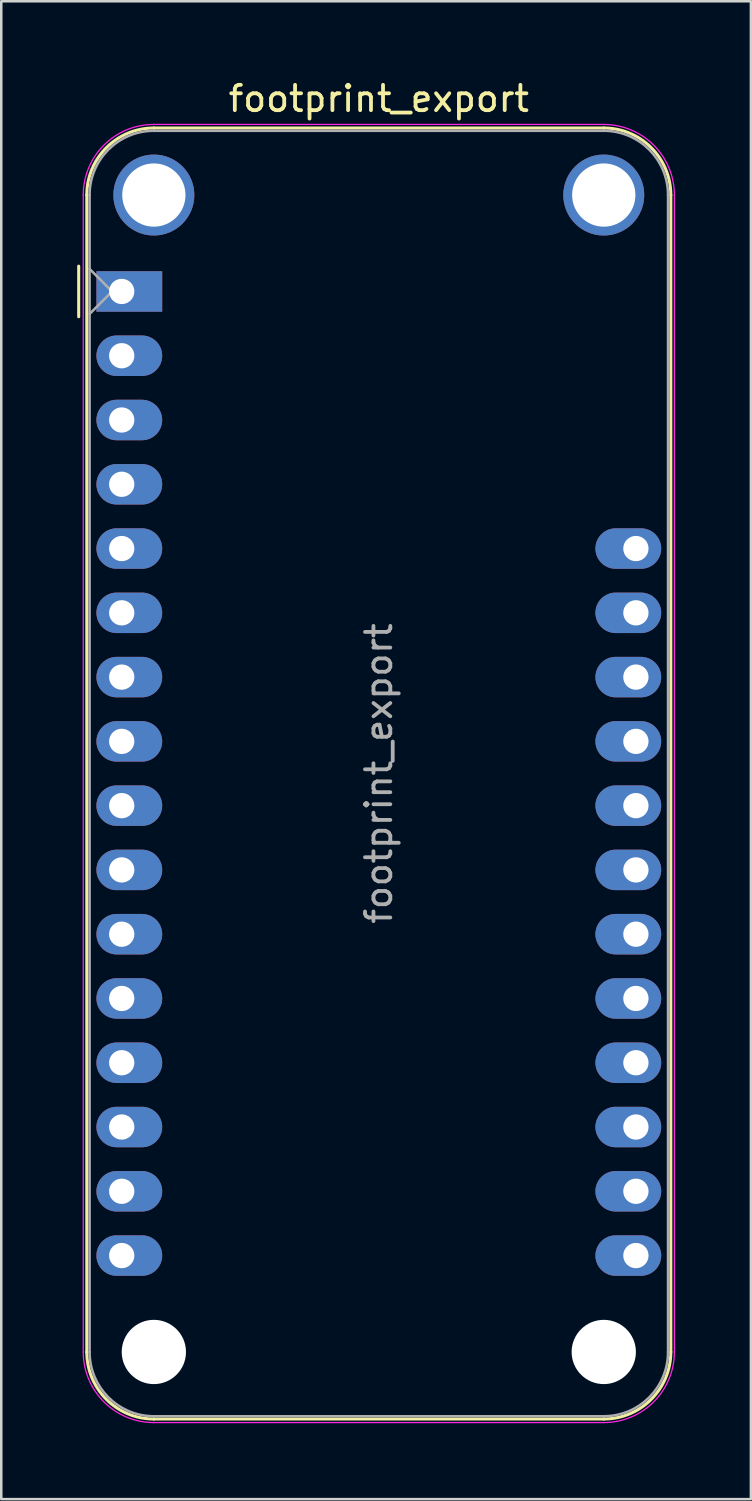
<source format=kicad_pcb>
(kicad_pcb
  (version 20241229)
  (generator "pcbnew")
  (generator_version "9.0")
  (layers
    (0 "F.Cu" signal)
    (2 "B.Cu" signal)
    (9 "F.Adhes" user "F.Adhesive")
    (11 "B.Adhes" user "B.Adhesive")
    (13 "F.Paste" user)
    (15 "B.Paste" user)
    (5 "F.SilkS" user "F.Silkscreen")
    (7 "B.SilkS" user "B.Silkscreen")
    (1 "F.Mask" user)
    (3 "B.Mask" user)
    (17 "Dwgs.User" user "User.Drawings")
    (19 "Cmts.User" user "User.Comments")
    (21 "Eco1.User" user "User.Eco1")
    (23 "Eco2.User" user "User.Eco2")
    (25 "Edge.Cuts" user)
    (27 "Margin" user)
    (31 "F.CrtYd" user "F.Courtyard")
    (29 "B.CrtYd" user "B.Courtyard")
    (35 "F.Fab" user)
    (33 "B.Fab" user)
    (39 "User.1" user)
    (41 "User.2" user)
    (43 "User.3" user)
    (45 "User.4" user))
  (footprint "footprint_export"
    (layer "F.Cu")
    (at 1.76 8.468)
    (property "Reference" "footprint_export" (at 10.16 -7.62 0) (layer "F.SilkS") (effects (font (size 1 1) (thickness 0.15))))
    (attr through_hole)
    (fp_line (start -1.7 1) (end -1.7 -1) (stroke (width 0.12) (type solid)) (layer "F.SilkS"))
    (fp_line (start -1.38 -3.81) (end -1.38 41.91) (stroke (width 0.12) (type solid)) (layer "F.SilkS"))
    (fp_line (start 19.05 -6.46) (end 1.27 -6.46) (stroke (width 0.12) (type solid)) (layer "F.SilkS"))
    (fp_line (start 19.05 44.56) (end 1.27 44.56) (stroke (width 0.12) (type solid)) (layer "F.SilkS"))
    (fp_line (start 21.7 -3.81) (end 21.7 41.91) (stroke (width 0.12) (type solid)) (layer "F.SilkS"))
    (fp_arc (start -1.38 -3.81) (mid -0.603833 -5.683833) (end 1.27 -6.46) (stroke (width 0.12) (type solid)) (layer "F.SilkS"))
    (fp_arc (start 1.27 44.56) (mid -0.603833 43.783833) (end -1.38 41.91) (stroke (width 0.12) (type solid)) (layer "F.SilkS"))
    (fp_arc (start 19.05 -6.46) (mid 20.923833 -5.683833) (end 21.7 -3.81) (stroke (width 0.12) (type solid)) (layer "F.SilkS"))
    (fp_arc (start 21.7 41.91) (mid 20.923833 43.783833) (end 19.05 44.56) (stroke (width 0.12) (type solid)) (layer "F.SilkS"))
    (fp_line (start -1.52 41.91) (end -1.52 -3.81) (stroke (width 0.05) (type solid)) (layer "F.CrtYd"))
    (fp_line (start 19.05 -6.6) (end 1.27 -6.6) (stroke (width 0.05) (type solid)) (layer "F.CrtYd"))
    (fp_line (start 19.05 44.7) (end 1.27 44.7) (stroke (width 0.05) (type solid)) (layer "F.CrtYd"))
    (fp_line (start 21.84 41.91) (end 21.84 -3.81) (stroke (width 0.05) (type solid)) (layer "F.CrtYd"))
    (fp_arc (start -1.52 -3.81) (mid -0.702828 -5.782828) (end 1.27 -6.6) (stroke (width 0.05) (type solid)) (layer "F.CrtYd"))
    (fp_arc (start 1.27 44.7) (mid -0.702828 43.882828) (end -1.52 41.91) (stroke (width 0.05) (type solid)) (layer "F.CrtYd"))
    (fp_arc (start 19.05 -6.6) (mid 21.022828 -5.782828) (end 21.84 -3.81) (stroke (width 0.05) (type solid)) (layer "F.CrtYd"))
    (fp_arc (start 21.84 41.91) (mid 21.022828 43.882828) (end 19.05 44.7) (stroke (width 0.05) (type solid)) (layer "F.CrtYd"))
    (fp_line (start -1.27 -3.81) (end -1.27 41.91) (stroke (width 0.1) (type solid)) (layer "F.Fab"))
    (fp_line (start -1.27 -0.889) (end -0.381 0) (stroke (width 0.1) (type solid)) (layer "F.Fab"))
    (fp_line (start -0.381 0) (end -1.27 0.889) (stroke (width 0.1) (type solid)) (layer "F.Fab"))
    (fp_line (start 1.27 44.45) (end 19.05 44.45) (stroke (width 0.1) (type solid)) (layer "F.Fab"))
    (fp_line (start 19.05 -6.35) (end 1.27 -6.35) (stroke (width 0.1) (type solid)) (layer "F.Fab"))
    (fp_line (start 21.59 41.91) (end 21.59 -3.81) (stroke (width 0.1) (type solid)) (layer "F.Fab"))
    (fp_arc (start -1.27 -3.81) (mid -0.526051 -5.606051) (end 1.27 -6.35) (stroke (width 0.1) (type solid)) (layer "F.Fab"))
    (fp_arc (start 1.221238 44.449532) (mid -0.543209 43.688728) (end -1.27 41.91) (stroke (width 0.1) (type solid)) (layer "F.Fab"))
    (fp_arc (start 19.05 -6.35) (mid 20.846051 -5.606051) (end 21.59 -3.81) (stroke (width 0.1) (type solid)) (layer "F.Fab"))
    (fp_arc (start 21.59 41.91) (mid 20.846051 43.706051) (end 19.05 44.45) (stroke (width 0.1) (type solid)) (layer "F.Fab"))
    (fp_text user "${REFERENCE}" (at 10.16 19.05 270) (layer "F.Fab") (effects (font (size 1 1) (thickness 0.15))))
    (pad "" np_thru_hole circle (at 1.27 -3.81 270) (size 3.2 3.2) (drill 2.5) (layers "*.Cu" "*.Mask"))
    (pad "" np_thru_hole circle (at 1.27 41.91 270) (size 2.54 2.54) (drill 2.54) (layers "*.Cu" "*.Mask"))
    (pad "" np_thru_hole circle (at 19.05 -3.81 270) (size 3.2 3.2) (drill 2.5) (layers "*.Cu" "*.Mask"))
    (pad "" np_thru_hole circle (at 19.05 41.91 270) (size 2.54 2.54) (drill 2.54) (layers "*.Cu" "*.Mask"))
    (pad "1" thru_hole rect (at 0 0) (size 2.6 1.6) (drill 1 (offset 0.3 0)) (layers "*.Cu" "*.Mask"))
    (pad "2" thru_hole oval (at 0 2.54) (size 2.6 1.6) (drill 1 (offset 0.3 0)) (layers "*.Cu" "*.Mask"))
    (pad "3" thru_hole oval (at 0 5.08) (size 2.6 1.6) (drill 1 (offset 0.3 0)) (layers "*.Cu" "*.Mask"))
    (pad "4" thru_hole oval (at 0 7.62) (size 2.6 1.6) (drill 1 (offset 0.3 0)) (layers "*.Cu" "*.Mask"))
    (pad "5" thru_hole oval (at 0 10.16) (size 2.6 1.6) (drill 1 (offset 0.3 0)) (layers "*.Cu" "*.Mask"))
    (pad "6" thru_hole oval (at 0 12.7) (size 2.6 1.6) (drill 1 (offset 0.3 0)) (layers "*.Cu" "*.Mask"))
    (pad "7" thru_hole oval (at 0 15.24) (size 2.6 1.6) (drill 1 (offset 0.3 0)) (layers "*.Cu" "*.Mask"))
    (pad "8" thru_hole oval (at 0 17.78) (size 2.6 1.6) (drill 1 (offset 0.3 0)) (layers "*.Cu" "*.Mask"))
    (pad "9" thru_hole oval (at 0 20.32) (size 2.6 1.6) (drill 1 (offset 0.3 0)) (layers "*.Cu" "*.Mask"))
    (pad "10" thru_hole oval (at 0 22.86) (size 2.6 1.6) (drill 1 (offset 0.3 0)) (layers "*.Cu" "*.Mask"))
    (pad "11" thru_hole oval (at 0 25.4) (size 2.6 1.6) (drill 1 (offset 0.3 0)) (layers "*.Cu" "*.Mask"))
    (pad "12" thru_hole oval (at 0 27.94) (size 2.6 1.6) (drill 1 (offset 0.3 0)) (layers "*.Cu" "*.Mask"))
    (pad "13" thru_hole oval (at 0 30.48) (size 2.6 1.6) (drill 1 (offset 0.3 0)) (layers "*.Cu" "*.Mask"))
    (pad "14" thru_hole oval (at 0 33.02) (size 2.6 1.6) (drill 1 (offset 0.3 0)) (layers "*.Cu" "*.Mask"))
    (pad "15" thru_hole oval (at 0 35.56) (size 2.6 1.6) (drill 1 (offset 0.3 0)) (layers "*.Cu" "*.Mask"))
    (pad "16" thru_hole oval (at 0 38.1) (size 2.6 1.6) (drill 1 (offset 0.3 0)) (layers "*.Cu" "*.Mask"))
    (pad "17" thru_hole oval (at 20.32 38.1 180) (size 2.6 1.6) (drill 1 (offset 0.3 0)) (layers "*.Cu" "*.Mask"))
    (pad "18" thru_hole oval (at 20.32 35.56 180) (size 2.6 1.6) (drill 1 (offset 0.3 0)) (layers "*.Cu" "*.Mask"))
    (pad "19" thru_hole oval (at 20.32 33.02 180) (size 2.6 1.6) (drill 1 (offset 0.3 0)) (layers "*.Cu" "*.Mask"))
    (pad "20" thru_hole oval (at 20.32 30.48 180) (size 2.6 1.6) (drill 1 (offset 0.3 0)) (layers "*.Cu" "*.Mask"))
    (pad "21" thru_hole oval (at 20.32 27.94 180) (size 2.6 1.6) (drill 1 (offset 0.3 0)) (layers "*.Cu" "*.Mask"))
    (pad "22" thru_hole oval (at 20.32 25.4 180) (size 2.6 1.6) (drill 1 (offset 0.3 0)) (layers "*.Cu" "*.Mask"))
    (pad "23" thru_hole oval (at 20.32 22.86 180) (size 2.6 1.6) (drill 1 (offset 0.3 0)) (layers "*.Cu" "*.Mask"))
    (pad "24" thru_hole oval (at 20.32 20.32 180) (size 2.6 1.6) (drill 1 (offset 0.3 0)) (layers "*.Cu" "*.Mask"))
    (pad "25" thru_hole oval (at 20.32 17.78 180) (size 2.6 1.6) (drill 1 (offset 0.3 0)) (layers "*.Cu" "*.Mask"))
    (pad "26" thru_hole oval (at 20.32 15.24 180) (size 2.6 1.6) (drill 1 (offset 0.3 0)) (layers "*.Cu" "*.Mask"))
    (pad "27" thru_hole oval (at 20.32 12.7 180) (size 2.6 1.6) (drill 1 (offset 0.3 0)) (layers "*.Cu" "*.Mask"))
    (pad "28" thru_hole oval (at 20.32 10.16 180) (size 2.6 1.6) (drill 1 (offset 0.3 0)) (layers "*.Cu" "*.Mask")))
  (gr_rect
    (start -3 -3)
    (end 26.625 56.193)
    (stroke (width 0.1) (type default))
    (fill no)
    (layer "Edge.Cuts")))
</source>
